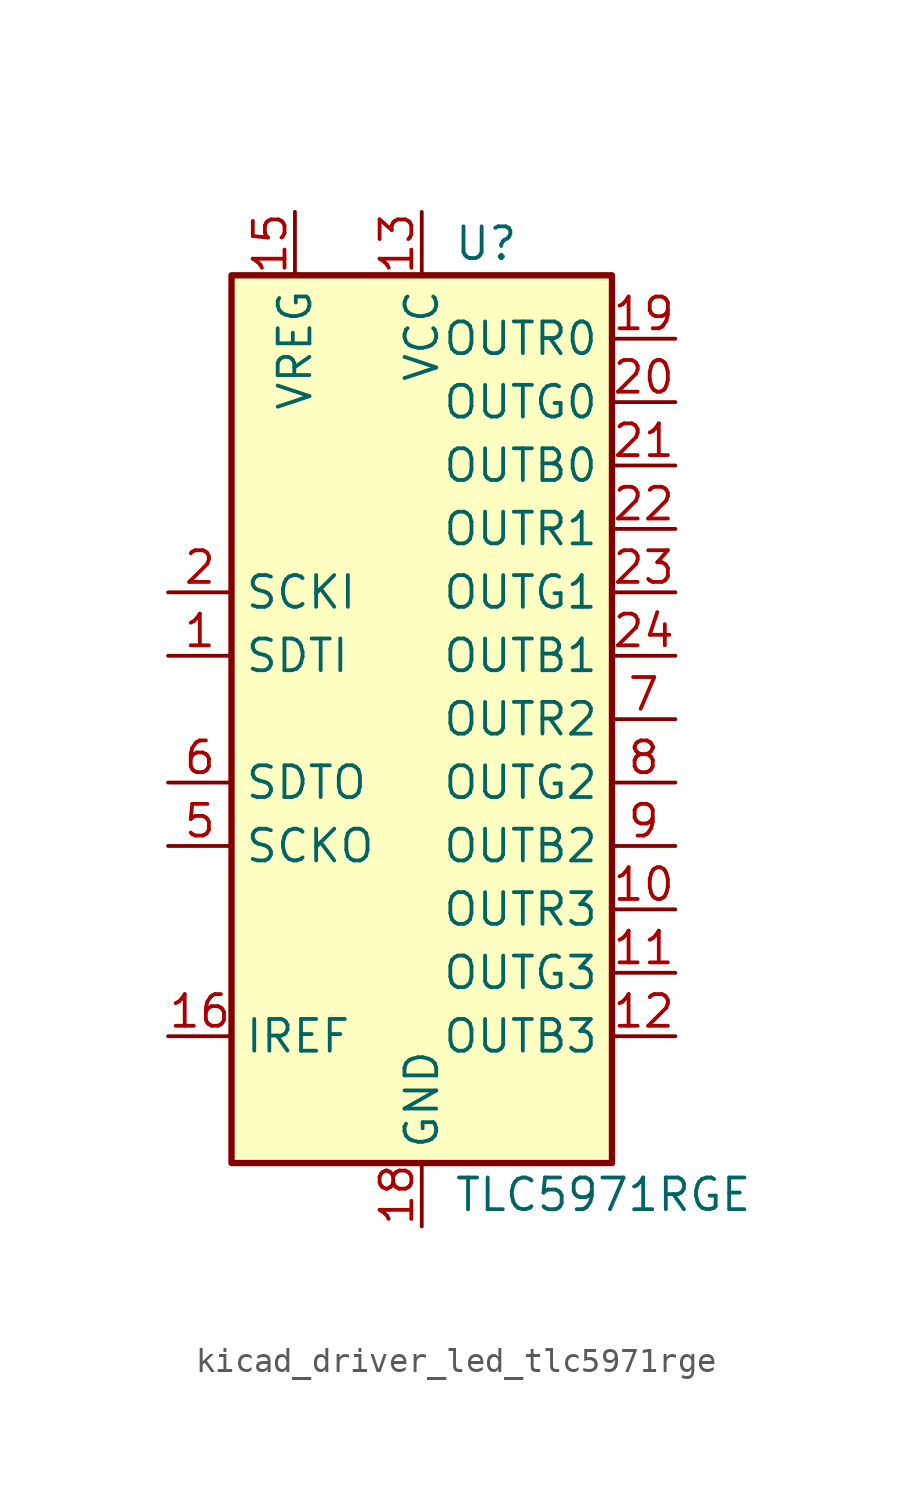
<source format=kicad_sym>
(kicad_symbol_lib
  (version 20220914)
  (generator kicad_symbol_editor)
  (symbol "kicad_driver_led_tlc5971rge"
    (property "Reference" "U"
      (at 1.27 19.05 0)
      (effects (font (size 1.27 1.27)) (justify left)))
    (property "Value" "TLC5971RGE"
      (at 1.27 -19.05 0)
      (effects (font (size 1.27 1.27)) (justify left)))
    (symbol "kicad_driver_led_tlc5971rge_0_1"
      (rectangle (start -7.62 17.78) (end 7.62 -17.78) (stroke (width 0.254) (type default)) (fill (type background)))
      (pin input line (at -10.16 2.54 0) (length 2.54) (name "SDTI" (effects (font (size 1.27 1.27)))) (number "1" (effects (font (size 1.27 1.27)))))
      (pin open_collector line (at 10.16 -7.62 180) (length 2.54) (name "OUTR3" (effects (font (size 1.27 1.27)))) (number "10" (effects (font (size 1.27 1.27)))))
      (pin open_collector line (at 10.16 -10.16 180) (length 2.54) (name "OUTG3" (effects (font (size 1.27 1.27)))) (number "11" (effects (font (size 1.27 1.27)))))
      (pin open_collector line (at 10.16 -12.7 180) (length 2.54) (name "OUTB3" (effects (font (size 1.27 1.27)))) (number "12" (effects (font (size 1.27 1.27)))))
      (pin power_in line (at 0 20.32 270) (length 2.54) (name "VCC" (effects (font (size 1.27 1.27)))) (number "13" (effects (font (size 1.27 1.27)))))
      (pin no_connect line (at -7.62 -7.62 0) (length 2.54) hide (name "NC" (effects (font (size 1.27 1.27)))) (number "14" (effects (font (size 1.27 1.27)))))
      (pin no_connect line (at -7.62 -10.16 0) (length 2.54) hide (name "NC" (effects (font (size 1.27 1.27)))) (number "17" (effects (font (size 1.27 1.27)))))
      (pin power_in line (at 0 -20.32 90) (length 2.54) (name "GND" (effects (font (size 1.27 1.27)))) (number "18" (effects (font (size 1.27 1.27)))))
      (pin open_collector line (at 10.16 15.24 180) (length 2.54) (name "OUTR0" (effects (font (size 1.27 1.27)))) (number "19" (effects (font (size 1.27 1.27)))))
      (pin input line (at -10.16 5.08 0) (length 2.54) (name "SCKI" (effects (font (size 1.27 1.27)))) (number "2" (effects (font (size 1.27 1.27)))))
      (pin open_collector line (at 10.16 12.7 180) (length 2.54) (name "OUTG0" (effects (font (size 1.27 1.27)))) (number "20" (effects (font (size 1.27 1.27)))))
      (pin open_collector line (at 10.16 10.16 180) (length 2.54) (name "OUTB0" (effects (font (size 1.27 1.27)))) (number "21" (effects (font (size 1.27 1.27)))))
      (pin open_collector line (at 10.16 7.62 180) (length 2.54) (name "OUTR1" (effects (font (size 1.27 1.27)))) (number "22" (effects (font (size 1.27 1.27)))))
      (pin open_collector line (at 10.16 5.08 180) (length 2.54) (name "OUTG1" (effects (font (size 1.27 1.27)))) (number "23" (effects (font (size 1.27 1.27)))))
      (pin open_collector line (at 10.16 2.54 180) (length 2.54) (name "OUTB1" (effects (font (size 1.27 1.27)))) (number "24" (effects (font (size 1.27 1.27)))))
      (pin passive line (at 0 -20.32 90) (length 2.54) hide (name "GND" (effects (font (size 1.27 1.27)))) (number "25" (effects (font (size 1.27 1.27)))))
      (pin no_connect line (at -7.62 10.16 0) (length 2.54) hide (name "NC" (effects (font (size 1.27 1.27)))) (number "3" (effects (font (size 1.27 1.27)))))
      (pin no_connect line (at -7.62 7.62 0) (length 2.54) hide (name "NC" (effects (font (size 1.27 1.27)))) (number "4" (effects (font (size 1.27 1.27)))))
      (pin output line (at -10.16 -2.54 0) (length 2.54) (name "SDTO" (effects (font (size 1.27 1.27)))) (number "6" (effects (font (size 1.27 1.27)))))
      (pin open_collector line (at 10.16 0 180) (length 2.54) (name "OUTR2" (effects (font (size 1.27 1.27)))) (number "7" (effects (font (size 1.27 1.27)))))
      (pin open_collector line (at 10.16 -2.54 180) (length 2.54) (name "OUTG2" (effects (font (size 1.27 1.27)))) (number "8" (effects (font (size 1.27 1.27)))))
      (pin open_collector line (at 10.16 -5.08 180) (length 2.54) (name "OUTB2" (effects (font (size 1.27 1.27)))) (number "9" (effects (font (size 1.27 1.27))))))
    (symbol "kicad_driver_led_tlc5971rge_1_1"
      (pin passive line (at -5.08 20.32 270) (length 2.54) (name "VREG" (effects (font (size 1.27 1.27)))) (number "15" (effects (font (size 1.27 1.27)))))
      (pin passive line (at -10.16 -12.7 0) (length 2.54) (name "IREF" (effects (font (size 1.27 1.27)))) (number "16" (effects (font (size 1.27 1.27)))))
      (pin output line (at -10.16 -5.08 0) (length 2.54) (name "SCKO" (effects (font (size 1.27 1.27)))) (number "5" (effects (font (size 1.27 1.27))))))))
</source>
